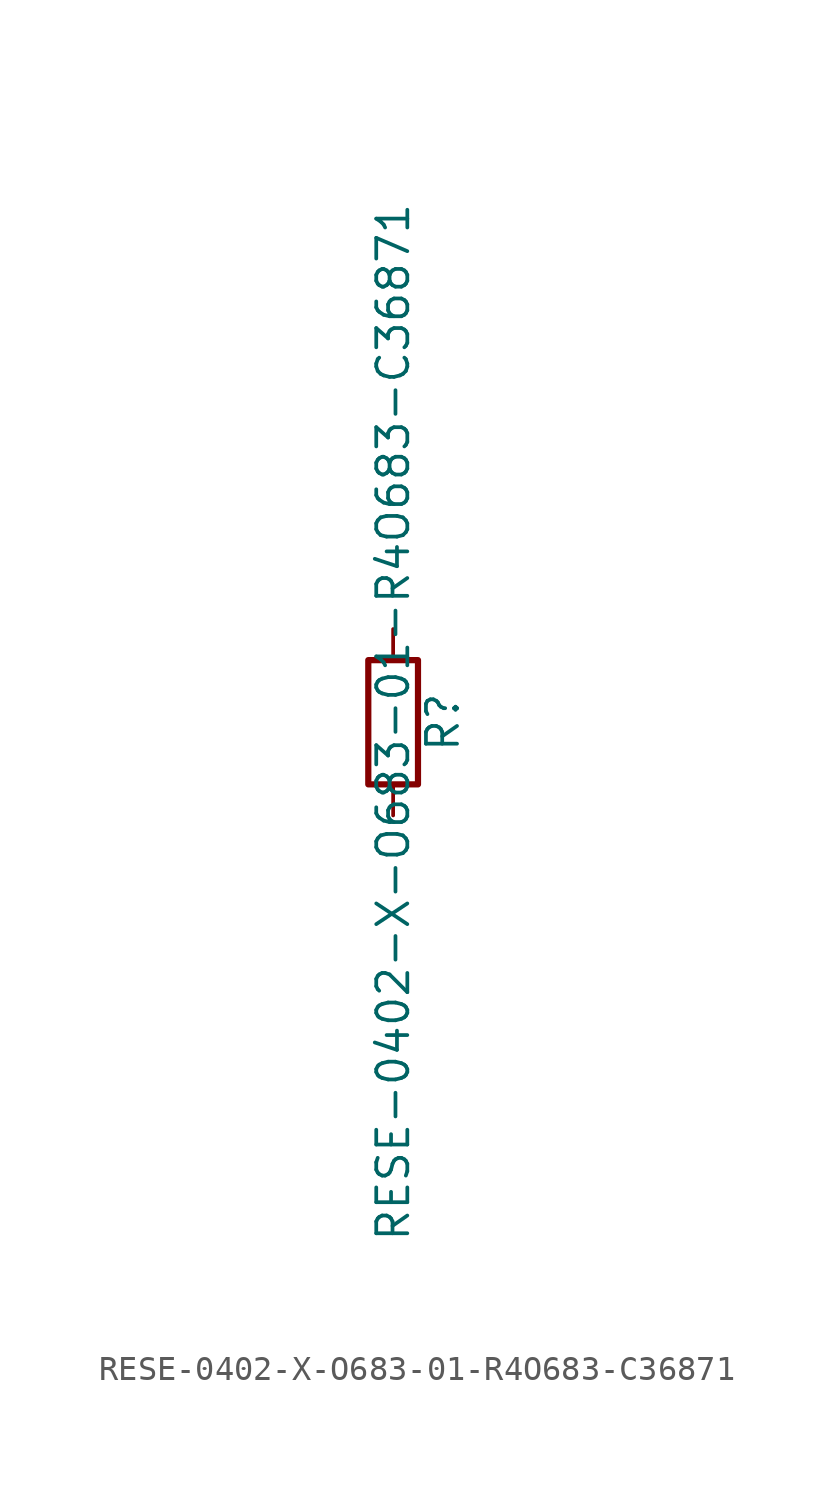
<source format=kicad_sym>
(kicad_symbol_lib
  (version 20211014)
  (generator kicad_symbol_editor)
  (symbol "RESE-0402-X-O683-01-R4O683-C36871"
    (pin_numbers hide)
    (pin_names
      (offset 0))
    (property "Reference" "R"
      (at 2.032 0 90)
      (effects (font (size 1.27 1.27))))
    (property "Value" "RESE-0402-X-O683-01-R4O683-C36871"
      (at 0 0 90)
      (effects (font (size 1.27 1.27))))
    (symbol "RESE-0402-X-O683-01-R4O683-C36871_0_1"
      (rectangle (start -1.016 -2.54) (end 1.016 2.54) (stroke (width 0.254) (type default) (color 0 0 0 0)) (fill (type none))))
    (symbol "RESE-0402-X-O683-01-R4O683-C36871_1_1"
      (pin passive line (at 0 3.81 270) (length 1.27) (name "~" (effects (font (size 1.27 1.27)))) (number "1" (effects (font (size 1.27 1.27)))))
      (pin passive line (at 0 -3.81 90) (length 1.27) (name "~" (effects (font (size 1.27 1.27)))) (number "2" (effects (font (size 1.27 1.27))))))))
</source>
